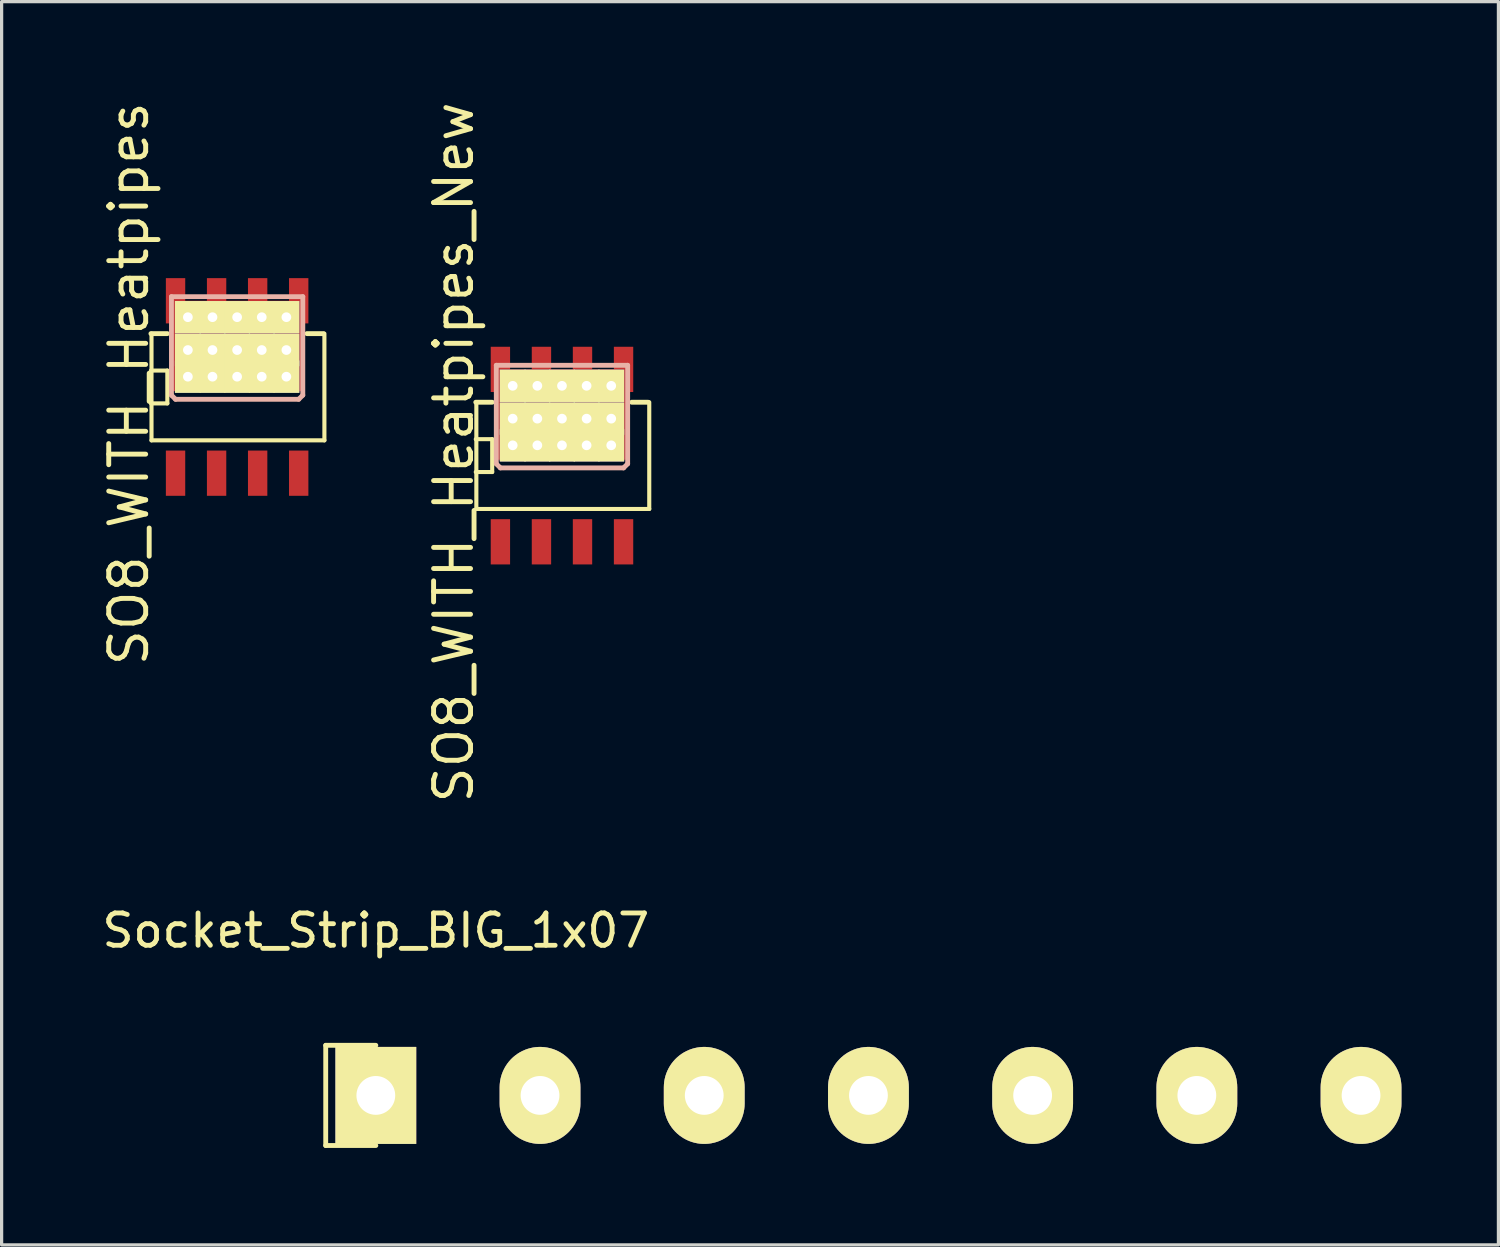
<source format=kicad_pcb>
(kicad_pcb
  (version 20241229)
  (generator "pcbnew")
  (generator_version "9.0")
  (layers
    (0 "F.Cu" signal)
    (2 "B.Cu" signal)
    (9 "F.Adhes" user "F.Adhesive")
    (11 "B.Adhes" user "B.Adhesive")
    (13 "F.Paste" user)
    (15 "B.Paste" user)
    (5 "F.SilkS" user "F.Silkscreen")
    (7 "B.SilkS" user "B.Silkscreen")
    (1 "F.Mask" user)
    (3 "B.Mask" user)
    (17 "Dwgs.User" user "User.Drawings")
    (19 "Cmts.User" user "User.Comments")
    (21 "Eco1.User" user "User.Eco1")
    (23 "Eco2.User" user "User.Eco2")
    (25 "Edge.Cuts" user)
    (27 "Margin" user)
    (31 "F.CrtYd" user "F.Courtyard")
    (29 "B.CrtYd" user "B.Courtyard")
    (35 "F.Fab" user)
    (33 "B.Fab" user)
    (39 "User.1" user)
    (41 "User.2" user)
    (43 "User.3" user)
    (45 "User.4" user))
  (footprint "Socket_Strip_BIG_1x07"
    (layer "F.Cu")
    (at 8.577 30.839)
    (property "Reference" "Socket_Strip_BIG_1x07" (at 0 -5.1 0) (layer "F.SilkS") (effects (font (size 1 1) (thickness 0.15))))
    (attr through_hole)
    (fp_line (start -1.55 -1.55) (end -1.55 1.55) (stroke (width 0.15) (type solid)) (layer "F.SilkS"))
    (fp_line (start -1.55 1.55) (end 0 1.55) (stroke (width 0.15) (type solid)) (layer "F.SilkS"))
    (fp_line (start 0 -1.55) (end -1.55 -1.55) (stroke (width 0.15) (type solid)) (layer "F.SilkS"))
    (pad "1" thru_hole rect (at 0 0) (size 2.5 3) (drill 1.2) (layers "*.Cu" "*.Mask" "F.SilkS"))
    (pad "2" thru_hole oval (at 5.08 0) (size 2.5 3) (drill 1.2) (layers "*.Cu" "*.Mask" "F.SilkS"))
    (pad "3" thru_hole oval (at 10.16 0) (size 2.5 3) (drill 1.2) (layers "*.Cu" "*.Mask" "F.SilkS"))
    (pad "4" thru_hole oval (at 15.24 0) (size 2.5 3) (drill 1.2) (layers "*.Cu" "*.Mask" "F.SilkS"))
    (pad "5" thru_hole oval (at 20.32 0) (size 2.5 3) (drill 1.2) (layers "*.Cu" "*.Mask" "F.SilkS"))
    (pad "6" thru_hole oval (at 25.4 0) (size 2.5 3) (drill 1.2) (layers "*.Cu" "*.Mask" "F.SilkS"))
    (pad "7" thru_hole oval (at 30.48 0) (size 2.5 3) (drill 1.2) (layers "*.Cu" "*.Mask" "F.SilkS")))
  (footprint "SO8_WITH_Heatpipes"
    (layer "F.Cu")
    (at 4.286 8.922)
    (property "Reference" "SO8_WITH_Heatpipes" (at -3.35 -0.099 90) (layer "F.SilkS") (effects (font (size 1.143 1.143) (thickness 0.152))))
    (attr smd)
    (fp_line (start -2.667 -1.651) (end -2.159 -1.651) (stroke (width 0.15) (type solid)) (layer "F.SilkS"))
    (fp_line (start -2.667 -0.508) (end -2.159 -0.508) (stroke (width 0.127) (type solid)) (layer "F.SilkS"))
    (fp_line (start -2.649 -1.651) (end -2.649 1.651) (stroke (width 0.127) (type solid)) (layer "F.SilkS"))
    (fp_line (start -2.159 -0.508) (end -2.159 0.508) (stroke (width 0.127) (type solid)) (layer "F.SilkS"))
    (fp_line (start -2.159 0.508) (end -2.667 0.508) (stroke (width 0.127) (type solid)) (layer "F.SilkS"))
    (fp_line (start 2.667 -1.651) (end 2.159 -1.651) (stroke (width 0.15) (type solid)) (layer "F.SilkS"))
    (fp_line (start 2.7 -1.651) (end 2.7 1.651) (stroke (width 0.127) (type solid)) (layer "F.SilkS"))
    (fp_line (start 2.7 1.651) (end -2.649 1.651) (stroke (width 0.127) (type solid)) (layer "F.SilkS"))
    (fp_line (start -2.032 -2.794) (end -2.032 0.254) (stroke (width 0.15) (type solid)) (layer "B.SilkS"))
    (fp_line (start -2.032 0.254) (end -1.905 0.381) (stroke (width 0.15) (type solid)) (layer "B.SilkS"))
    (fp_line (start -1.905 0.381) (end 1.905 0.381) (stroke (width 0.15) (type solid)) (layer "B.SilkS"))
    (fp_line (start 1.905 0.381) (end 2.032 0.254) (stroke (width 0.15) (type solid)) (layer "B.SilkS"))
    (fp_line (start 2.032 -2.794) (end -2.032 -2.794) (stroke (width 0.15) (type solid)) (layer "B.SilkS"))
    (fp_line (start 2.032 0.254) (end 2.032 -2.794) (stroke (width 0.15) (type solid)) (layer "B.SilkS"))
    (pad "D" smd rect (at -1.905 -2.667) (size 0.599 1.4) (layers "F.Cu" "F.Mask" "F.Paste"))
    (pad "D" thru_hole rect (at -1.524 -2.159) (size 0.8 1) (drill 0.3) (layers "*.Cu" "*.Mask" "F.SilkS"))
    (pad "D" thru_hole rect (at -1.524 -1.143) (size 0.8 1) (drill 0.3) (layers "*.Cu" "*.Mask" "F.SilkS"))
    (pad "D" thru_hole rect (at -1.524 -0.318) (size 0.8 1) (drill 0.3) (layers "*.Cu" "*.Mask" "F.SilkS"))
    (pad "D" thru_hole rect (at -0.762 -2.159) (size 0.8 1) (drill 0.3) (layers "*.Cu" "*.Mask" "F.SilkS"))
    (pad "D" thru_hole rect (at -0.762 -1.143) (size 0.8 1) (drill 0.3) (layers "*.Cu" "*.Mask" "F.SilkS"))
    (pad "D" thru_hole rect (at -0.762 -0.318) (size 0.8 1) (drill 0.3) (layers "*.Cu" "*.Mask" "F.SilkS"))
    (pad "D" smd rect (at -0.635 -2.667) (size 0.599 1.4) (layers "F.Cu" "F.Mask" "F.Paste"))
    (pad "D" thru_hole rect (at 0 -2.159) (size 0.8 1) (drill 0.3) (layers "*.Cu" "*.Mask" "F.SilkS"))
    (pad "D" smd rect (at 0 -1.27) (size 4 2.799) (layers "F.Cu" "F.Mask" "F.Paste"))
    (pad "D" thru_hole rect (at 0 -1.143) (size 0.8 1) (drill 0.3) (layers "*.Cu" "*.Mask" "F.SilkS"))
    (pad "D" thru_hole rect (at 0 -0.318) (size 0.8 1) (drill 0.3) (layers "*.Cu" "*.Mask" "F.SilkS"))
    (pad "D" smd rect (at 0.635 -2.667) (size 0.599 1.4) (layers "F.Cu" "F.Mask" "F.Paste"))
    (pad "D" thru_hole rect (at 0.762 -2.159) (size 0.8 1) (drill 0.3) (layers "*.Cu" "*.Mask" "F.SilkS"))
    (pad "D" thru_hole rect (at 0.762 -1.143) (size 0.8 1) (drill 0.3) (layers "*.Cu" "*.Mask" "F.SilkS"))
    (pad "D" thru_hole rect (at 0.762 -0.318) (size 0.8 1) (drill 0.3) (layers "*.Cu" "*.Mask" "F.SilkS"))
    (pad "D" thru_hole rect (at 1.524 -2.159) (size 0.8 1) (drill 0.3) (layers "*.Cu" "*.Mask" "F.SilkS"))
    (pad "D" thru_hole rect (at 1.524 -1.143) (size 0.8 1) (drill 0.3) (layers "*.Cu" "*.Mask" "F.SilkS"))
    (pad "D" thru_hole rect (at 1.524 -0.318) (size 0.8 1) (drill 0.3) (layers "*.Cu" "*.Mask" "F.SilkS"))
    (pad "D" smd rect (at 1.905 -2.667) (size 0.599 1.4) (layers "F.Cu" "F.Mask" "F.Paste"))
    (pad "G" smd rect (at 1.905 2.667) (size 0.599 1.4) (layers "F.Cu" "F.Mask" "F.Paste"))
    (pad "S" smd rect (at -1.905 2.667) (size 0.599 1.4) (layers "F.Cu" "F.Mask" "F.Paste"))
    (pad "S" smd rect (at -0.635 2.667) (size 0.599 1.4) (layers "F.Cu" "F.Mask" "F.Paste"))
    (pad "S" smd rect (at 0.635 2.667) (size 0.599 1.4) (layers "F.Cu" "F.Mask" "F.Paste")))
  (footprint "SO8_WITH_Heatpipes_New"
    (layer "F.Cu")
    (at 14.336 11.045)
    (property "Reference" "SO8_WITH_Heatpipes_New" (at -3.35 -0.099 90) (layer "F.SilkS") (effects (font (size 1.143 1.143) (thickness 0.152))))
    (attr smd)
    (fp_line (start -2.667 -1.651) (end -2.159 -1.651) (stroke (width 0.15) (type solid)) (layer "F.SilkS"))
    (fp_line (start -2.667 -0.508) (end -2.159 -0.508) (stroke (width 0.127) (type solid)) (layer "F.SilkS"))
    (fp_line (start -2.649 -1.651) (end -2.649 1.651) (stroke (width 0.127) (type solid)) (layer "F.SilkS"))
    (fp_line (start -2.159 -0.508) (end -2.159 0.508) (stroke (width 0.127) (type solid)) (layer "F.SilkS"))
    (fp_line (start -2.159 0.508) (end -2.667 0.508) (stroke (width 0.127) (type solid)) (layer "F.SilkS"))
    (fp_line (start 2.667 -1.651) (end 2.159 -1.651) (stroke (width 0.15) (type solid)) (layer "F.SilkS"))
    (fp_line (start 2.7 -1.651) (end 2.7 1.651) (stroke (width 0.127) (type solid)) (layer "F.SilkS"))
    (fp_line (start 2.7 1.651) (end -2.649 1.651) (stroke (width 0.127) (type solid)) (layer "F.SilkS"))
    (fp_line (start -2.032 -2.794) (end -2.032 0.254) (stroke (width 0.15) (type solid)) (layer "B.SilkS"))
    (fp_line (start -2.032 0.254) (end -1.905 0.381) (stroke (width 0.15) (type solid)) (layer "B.SilkS"))
    (fp_line (start -1.905 0.381) (end 1.905 0.381) (stroke (width 0.15) (type solid)) (layer "B.SilkS"))
    (fp_line (start 1.905 0.381) (end 2.032 0.254) (stroke (width 0.15) (type solid)) (layer "B.SilkS"))
    (fp_line (start 2.032 -2.794) (end -2.032 -2.794) (stroke (width 0.15) (type solid)) (layer "B.SilkS"))
    (fp_line (start 2.032 0.254) (end 2.032 -2.794) (stroke (width 0.15) (type solid)) (layer "B.SilkS"))
    (pad "D" smd rect (at -1.905 -2.667) (size 0.599 1.4) (layers "F.Cu" "F.Mask" "F.Paste"))
    (pad "D" thru_hole rect (at -1.524 -2.159) (size 0.8 1) (drill 0.3) (layers "*.Cu" "*.Mask" "F.SilkS"))
    (pad "D" thru_hole rect (at -1.524 -1.143) (size 0.8 1) (drill 0.3) (layers "*.Cu" "*.Mask" "F.SilkS"))
    (pad "D" thru_hole rect (at -1.524 -0.318) (size 0.8 1) (drill 0.3) (layers "*.Cu" "*.Mask" "F.SilkS"))
    (pad "D" thru_hole rect (at -0.762 -2.159) (size 0.8 1) (drill 0.3) (layers "*.Cu" "*.Mask" "F.SilkS"))
    (pad "D" thru_hole rect (at -0.762 -1.143) (size 0.8 1) (drill 0.3) (layers "*.Cu" "*.Mask" "F.SilkS"))
    (pad "D" thru_hole rect (at -0.762 -0.318) (size 0.8 1) (drill 0.3) (layers "*.Cu" "*.Mask" "F.SilkS"))
    (pad "D" smd rect (at -0.635 -2.667) (size 0.599 1.4) (layers "F.Cu" "F.Mask" "F.Paste"))
    (pad "D" thru_hole rect (at 0 -2.159) (size 0.8 1) (drill 0.3) (layers "*.Cu" "*.Mask" "F.SilkS"))
    (pad "D" smd rect (at 0 -1.27) (size 4 2.799) (layers "F.Cu" "F.Mask" "F.Paste"))
    (pad "D" thru_hole rect (at 0 -1.143) (size 0.8 1) (drill 0.3) (layers "*.Cu" "*.Mask" "F.SilkS"))
    (pad "D" thru_hole rect (at 0 -0.318) (size 0.8 1) (drill 0.3) (layers "*.Cu" "*.Mask" "F.SilkS"))
    (pad "D" smd rect (at 0.635 -2.667) (size 0.599 1.4) (layers "F.Cu" "F.Mask" "F.Paste"))
    (pad "D" thru_hole rect (at 0.762 -2.159) (size 0.8 1) (drill 0.3) (layers "*.Cu" "*.Mask" "F.SilkS"))
    (pad "D" thru_hole rect (at 0.762 -1.143) (size 0.8 1) (drill 0.3) (layers "*.Cu" "*.Mask" "F.SilkS"))
    (pad "D" thru_hole rect (at 0.762 -0.318) (size 0.8 1) (drill 0.3) (layers "*.Cu" "*.Mask" "F.SilkS"))
    (pad "D" thru_hole rect (at 1.524 -2.159) (size 0.8 1) (drill 0.3) (layers "*.Cu" "*.Mask" "F.SilkS"))
    (pad "D" thru_hole rect (at 1.524 -1.143) (size 0.8 1) (drill 0.3) (layers "*.Cu" "*.Mask" "F.SilkS"))
    (pad "D" thru_hole rect (at 1.524 -0.318) (size 0.8 1) (drill 0.3) (layers "*.Cu" "*.Mask" "F.SilkS"))
    (pad "D" smd rect (at 1.905 -2.667) (size 0.599 1.4) (layers "F.Cu" "F.Mask" "F.Paste"))
    (pad "G" smd rect (at 1.905 2.667) (size 0.599 1.4) (layers "F.Cu" "F.Mask" "F.Paste"))
    (pad "S" smd rect (at -1.905 2.667) (size 0.599 1.4) (layers "F.Cu" "F.Mask" "F.Paste"))
    (pad "S" smd rect (at -0.635 2.667) (size 0.599 1.4) (layers "F.Cu" "F.Mask" "F.Paste"))
    (pad "S" smd rect (at 0.635 2.667) (size 0.599 1.4) (layers "F.Cu" "F.Mask" "F.Paste")))
  (gr_rect
    (start -3 -3)
    (end 43.307 35.464)
    (stroke (width 0.1) (type default))
    (fill no)
    (layer "Edge.Cuts")))
</source>
